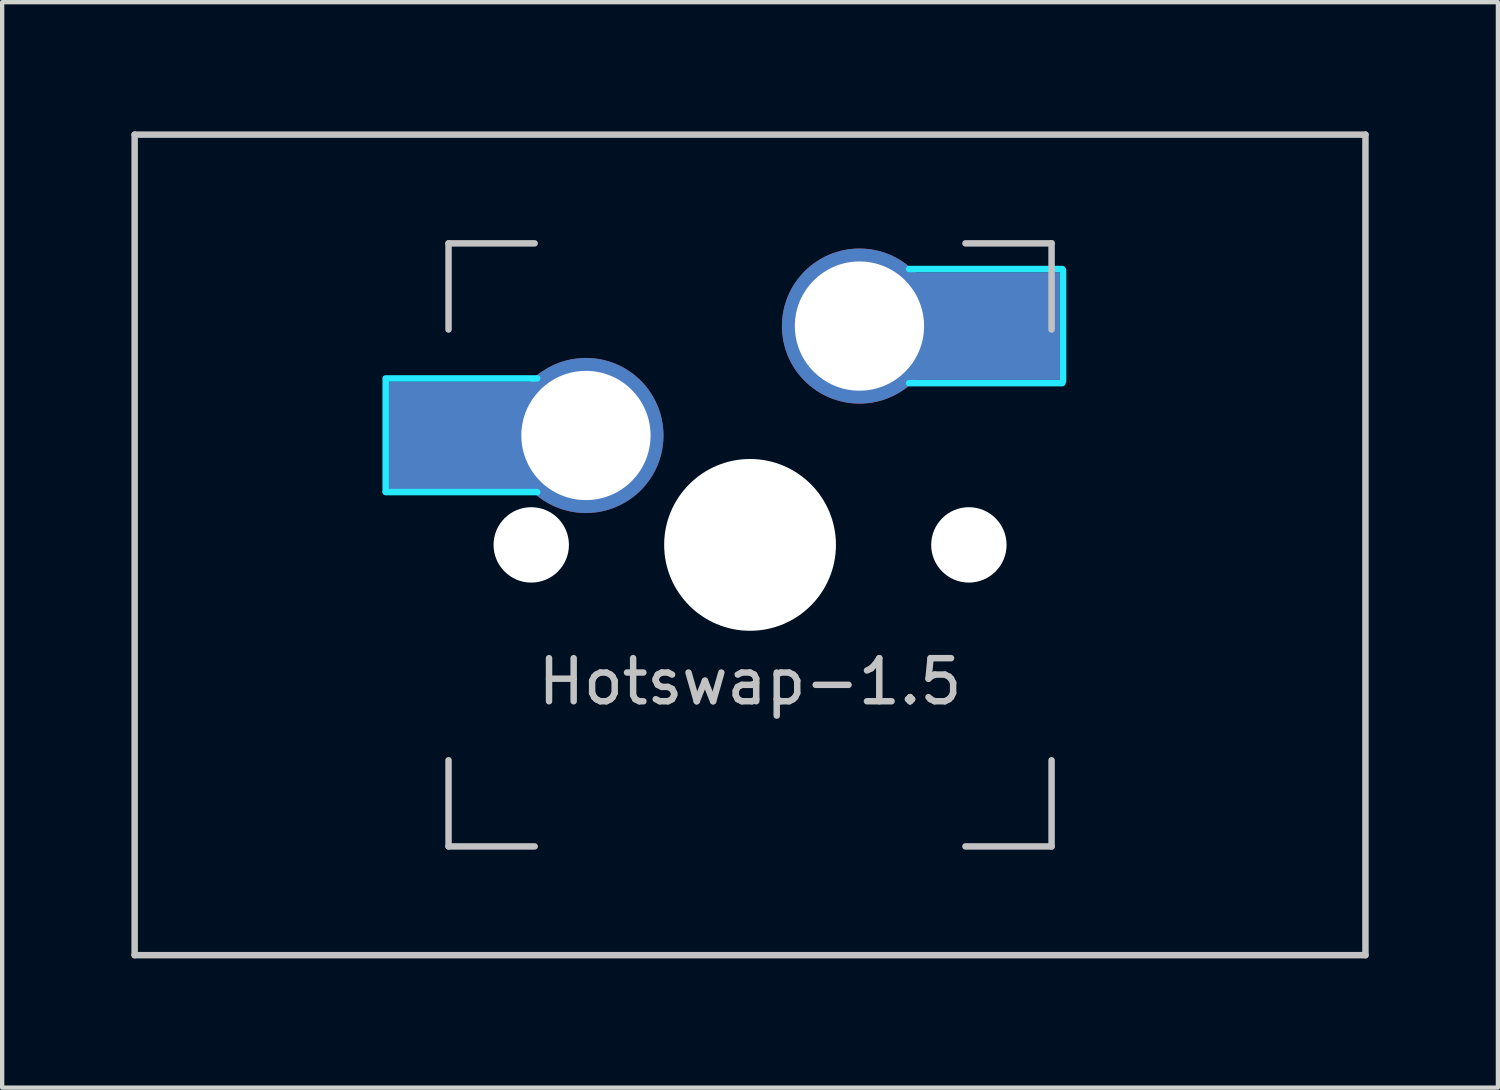
<source format=kicad_pcb>
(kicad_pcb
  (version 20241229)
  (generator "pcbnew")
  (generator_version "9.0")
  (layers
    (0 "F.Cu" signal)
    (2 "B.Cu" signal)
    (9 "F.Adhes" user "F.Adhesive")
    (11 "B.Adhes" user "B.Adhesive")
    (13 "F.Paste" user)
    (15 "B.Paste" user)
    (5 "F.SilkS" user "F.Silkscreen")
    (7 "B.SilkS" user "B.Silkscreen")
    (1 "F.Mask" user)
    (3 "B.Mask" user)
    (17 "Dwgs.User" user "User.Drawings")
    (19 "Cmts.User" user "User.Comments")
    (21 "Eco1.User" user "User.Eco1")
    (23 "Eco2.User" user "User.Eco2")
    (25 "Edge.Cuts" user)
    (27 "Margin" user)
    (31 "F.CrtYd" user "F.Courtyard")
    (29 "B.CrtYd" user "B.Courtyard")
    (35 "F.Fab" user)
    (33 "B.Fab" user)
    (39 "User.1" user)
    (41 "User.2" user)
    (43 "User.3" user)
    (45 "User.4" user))
  (footprint "Hotswap-1.5"
    (layer "F.Cu")
    (at 14.363 9.6)
    (property "Reference" "Hotswap-1.5" (at 0 3.175 0) (layer "Dwgs.User") (effects (font (size 1 1) (thickness 0.15))))
    (fp_line (start -14.287 -9.525) (end 14.287 -9.525) (stroke (width 0.15) (type solid)) (layer "Dwgs.User"))
    (fp_line (start -14.287 9.525) (end -14.287 -9.525) (stroke (width 0.15) (type solid)) (layer "Dwgs.User"))
    (fp_line (start -7 -7) (end -7 -5) (stroke (width 0.15) (type solid)) (layer "Dwgs.User"))
    (fp_line (start -7 5) (end -7 7) (stroke (width 0.15) (type solid)) (layer "Dwgs.User"))
    (fp_line (start -7 7) (end -5 7) (stroke (width 0.15) (type solid)) (layer "Dwgs.User"))
    (fp_line (start -5 -7) (end -7 -7) (stroke (width 0.15) (type solid)) (layer "Dwgs.User"))
    (fp_line (start 5 -7) (end 7 -7) (stroke (width 0.15) (type solid)) (layer "Dwgs.User"))
    (fp_line (start 5 7) (end 7 7) (stroke (width 0.15) (type solid)) (layer "Dwgs.User"))
    (fp_line (start 7 -7) (end 7 -5) (stroke (width 0.15) (type solid)) (layer "Dwgs.User"))
    (fp_line (start 7 7) (end 7 5) (stroke (width 0.15) (type solid)) (layer "Dwgs.User"))
    (fp_line (start 14.287 -9.525) (end 14.287 9.525) (stroke (width 0.15) (type solid)) (layer "Dwgs.User"))
    (fp_line (start 14.287 9.525) (end -14.287 9.525) (stroke (width 0.15) (type solid)) (layer "Dwgs.User"))
    (fp_line (start -8.459 -3.82) (end -8.459 -1.24) (stroke (width 0.15) (type solid)) (layer "B.CrtYd"))
    (fp_line (start -4.942 -3.865) (end -8.46 -3.865) (stroke (width 0.15) (type solid)) (layer "B.CrtYd"))
    (fp_line (start -4.941 -1.225) (end -8.459 -1.225) (stroke (width 0.15) (type solid)) (layer "B.CrtYd"))
    (fp_line (start 7.25 -6.405) (end 3.692 -6.405) (stroke (width 0.15) (type solid)) (layer "B.CrtYd"))
    (fp_line (start 7.25 -3.755) (end 3.692 -3.755) (stroke (width 0.15) (type solid)) (layer "B.CrtYd"))
    (fp_line (start 7.267 -6.375) (end 7.267 -3.8) (stroke (width 0.15) (type solid)) (layer "B.CrtYd"))
    (pad "" np_thru_hole circle (at -5.08 0 48.1) (size 1.75 1.75) (drill 1.75) (layers "*.Cu" "*.Mask"))
    (pad "" np_thru_hole circle (at 0 0) (size 3.988 3.988) (drill 3.988) (layers "*.Cu" "*.Mask"))
    (pad "" np_thru_hole circle (at 5.08 0 48.1) (size 1.75 1.75) (drill 1.75) (layers "*.Cu" "*.Mask"))
    (pad "1" thru_hole circle (at 2.54 -5.08) (size 3.6 3.6) (drill 3) (layers "*.Cu" "*.Mask"))
    (pad "1" smd rect (at 5.442 -5.08) (size 3.5 2.5) (layers "B.Cu" "B.Mask" "B.Paste"))
    (pad "2" smd rect (at -6.635 -2.54) (size 3.5 2.5) (layers "B.Cu" "B.Mask" "B.Paste"))
    (pad "2" thru_hole circle (at -3.81 -2.54) (size 3.6 3.6) (drill 3) (layers "*.Cu" "*.Mask")))
  (gr_rect
    (start -3 -3)
    (end 31.725 22.2)
    (stroke (width 0.1) (type default))
    (fill no)
    (layer "Edge.Cuts")))
</source>
